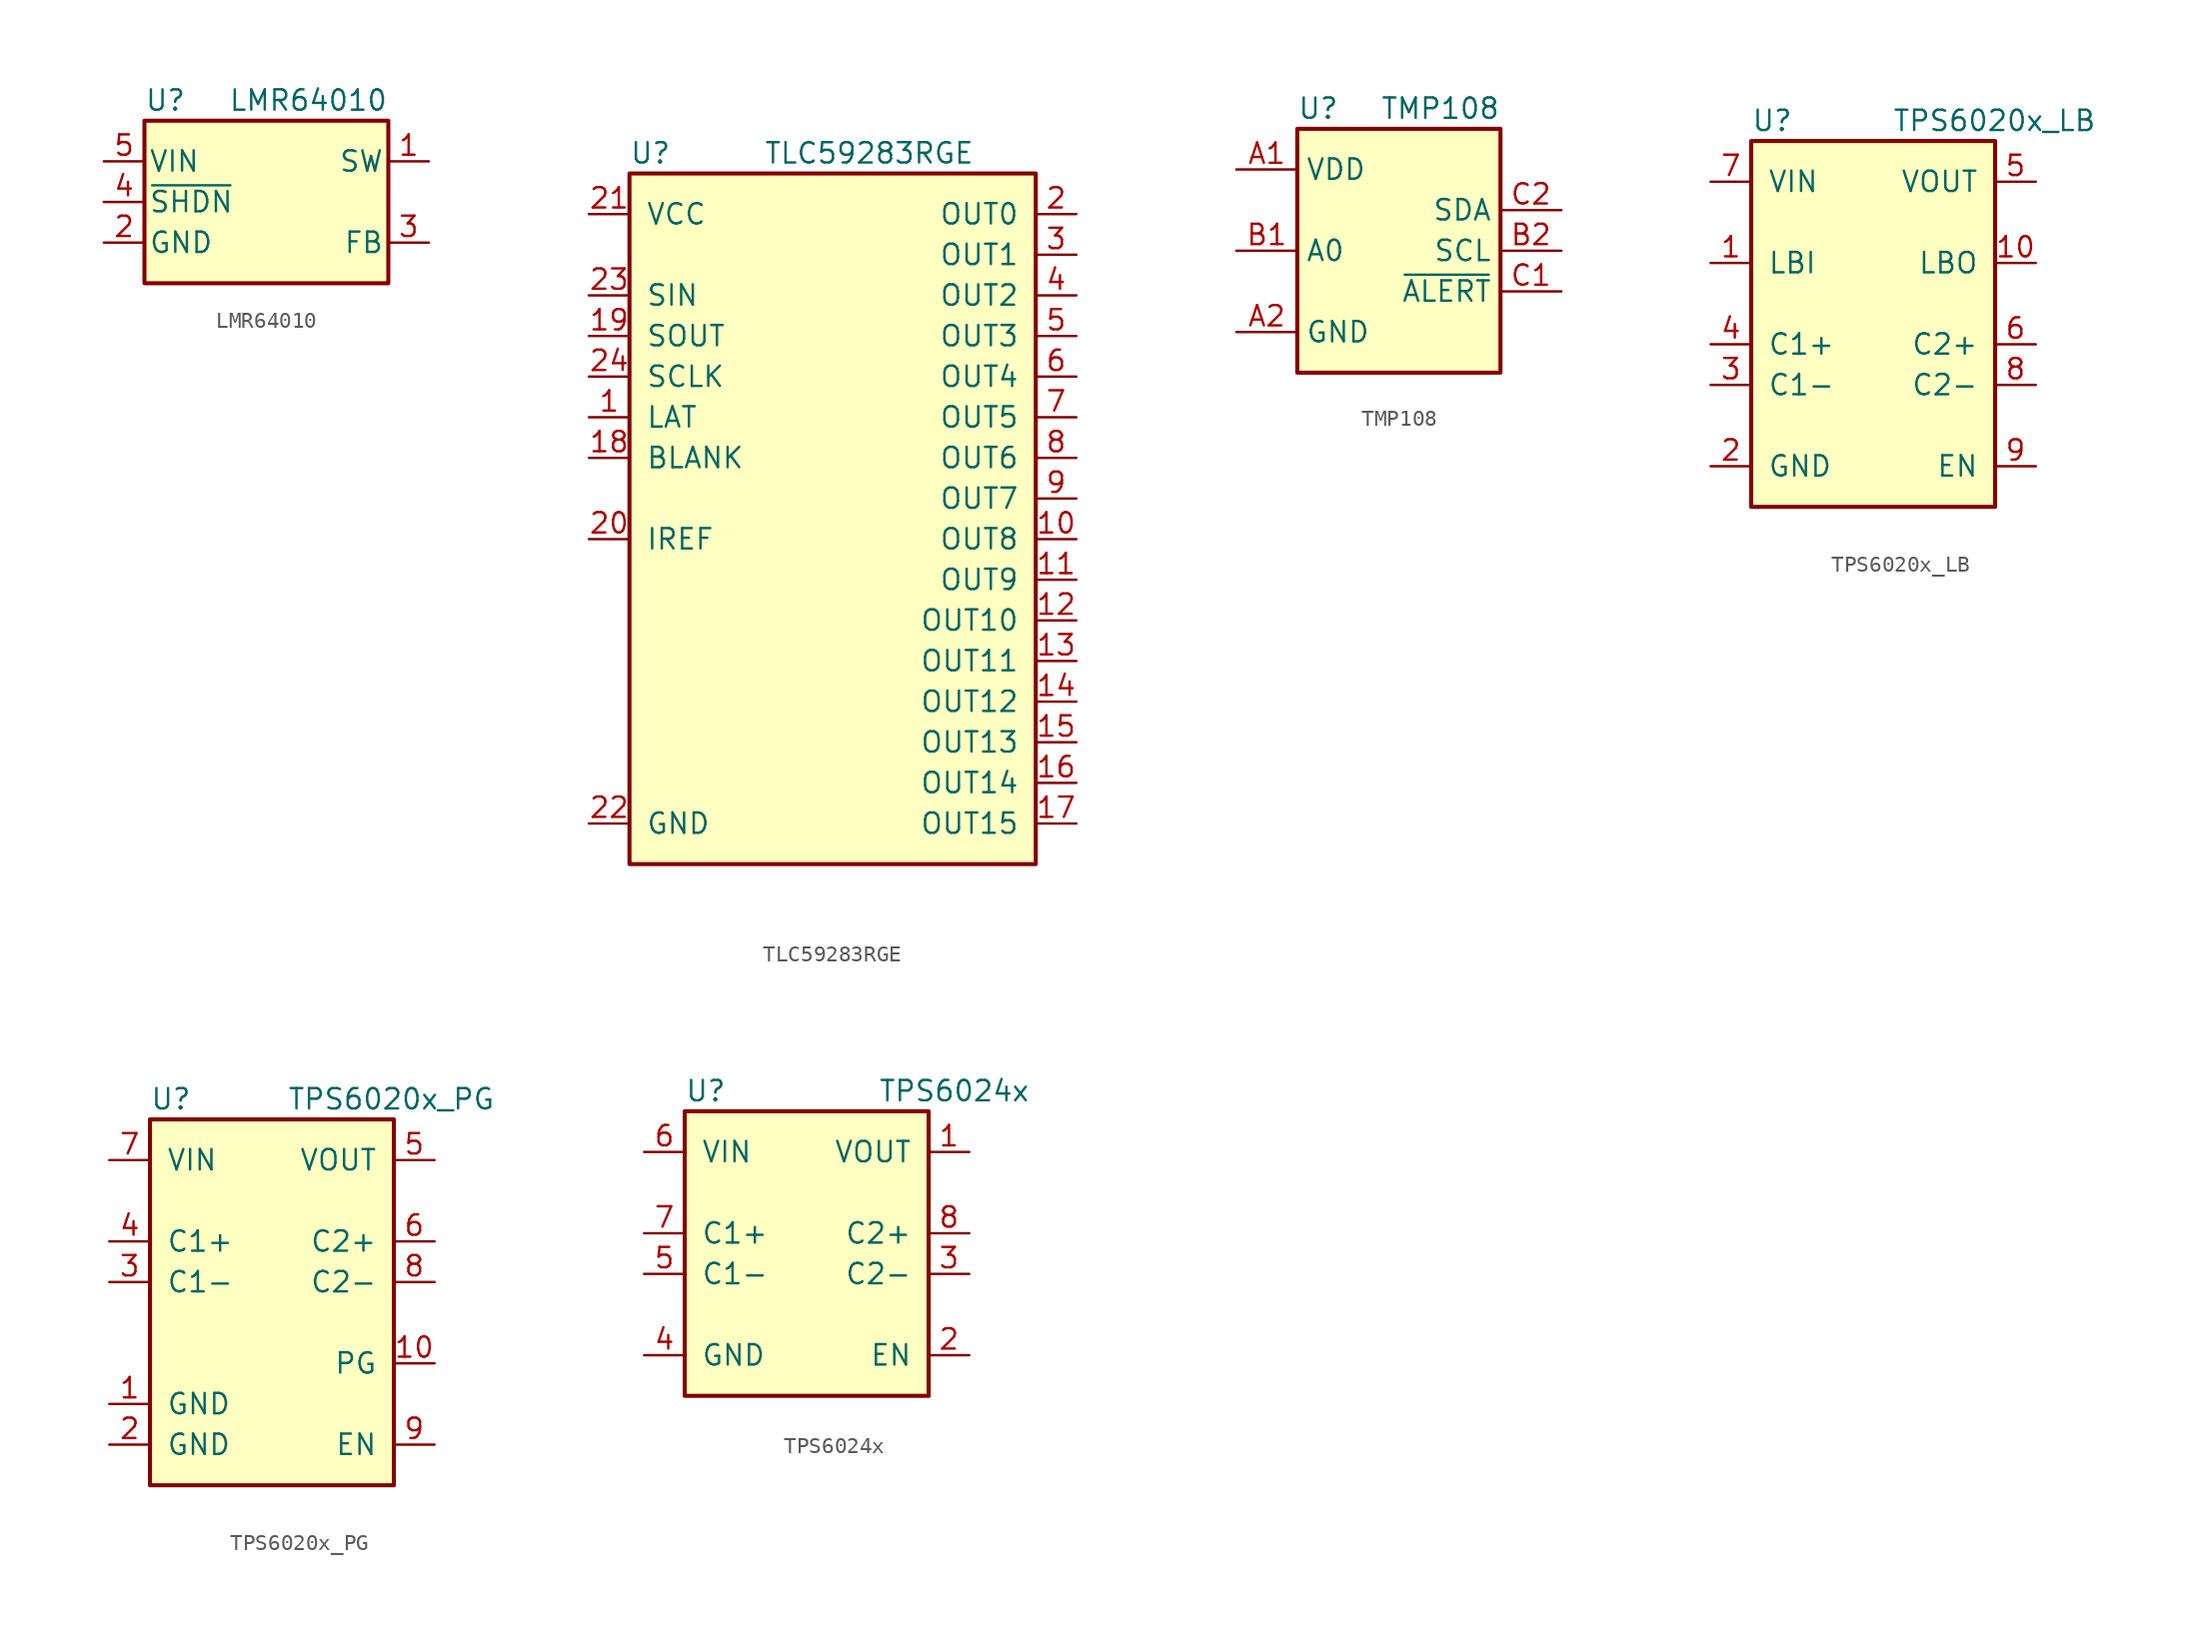
<source format=kicad_sym>
(kicad_symbol_lib
  (version 20231120)
  (generator "kicad_symbol_editor")
  (generator_version "8.0")
  (symbol "LMR64010"
    (pin_names
      (offset 0.254))
    (property "Reference" "U"
      (at -7.62 6.35 0)
      (effects (font (size 1.27 1.27)) (justify left)))
    (property "Value" "LMR64010"
      (at 7.62 6.35 0)
      (effects (font (size 1.27 1.27)) (justify right)))
    (symbol "LMR64010_0_1"
      (rectangle (start -7.62 5.08) (end 7.62 -5.08) (stroke (width 0.254) (type default)) (fill (type background))))
    (symbol "LMR64010_1_1"
      (pin power_out line (at 10.16 2.54 180) (length 2.54) (name "SW" (effects (font (size 1.27 1.27)))) (number "1" (effects (font (size 1.27 1.27)))))
      (pin power_in line (at -10.16 -2.54 0) (length 2.54) (name "GND" (effects (font (size 1.27 1.27)))) (number "2" (effects (font (size 1.27 1.27)))))
      (pin passive line (at 10.16 -2.54 180) (length 2.54) (name "FB" (effects (font (size 1.27 1.27)))) (number "3" (effects (font (size 1.27 1.27)))))
      (pin input line (at -10.16 0 0) (length 2.54) (name "~{SHDN}" (effects (font (size 1.27 1.27)))) (number "4" (effects (font (size 1.27 1.27)))))
      (pin power_in line (at -10.16 2.54 0) (length 2.54) (name "VIN" (effects (font (size 1.27 1.27)))) (number "5" (effects (font (size 1.27 1.27)))))))
  (symbol "TLC59283RGE"
    (pin_names
      (offset 1.016))
    (property "Reference" "U"
      (at -12.7 21.59 0)
      (effects (font (size 1.27 1.27)) (justify left)))
    (property "Value" "TLC59283RGE"
      (at 8.89 21.59 0)
      (effects (font (size 1.27 1.27)) (justify right)))
    (symbol "TLC59283RGE_0_1"
      (rectangle (start -12.7 20.32) (end 12.7 -22.86) (stroke (width 0.254) (type default)) (fill (type background))))
    (symbol "TLC59283RGE_1_1"
      (pin input line (at -15.24 5.08 0) (length 2.54) (name "LAT" (effects (font (size 1.27 1.27)))) (number "1" (effects (font (size 1.27 1.27)))))
      (pin output line (at 15.24 -2.54 180) (length 2.54) (name "OUT8" (effects (font (size 1.27 1.27)))) (number "10" (effects (font (size 1.27 1.27)))))
      (pin output line (at 15.24 -5.08 180) (length 2.54) (name "OUT9" (effects (font (size 1.27 1.27)))) (number "11" (effects (font (size 1.27 1.27)))))
      (pin output line (at 15.24 -7.62 180) (length 2.54) (name "OUT10" (effects (font (size 1.27 1.27)))) (number "12" (effects (font (size 1.27 1.27)))))
      (pin output line (at 15.24 -10.16 180) (length 2.54) (name "OUT11" (effects (font (size 1.27 1.27)))) (number "13" (effects (font (size 1.27 1.27)))))
      (pin output line (at 15.24 -12.7 180) (length 2.54) (name "OUT12" (effects (font (size 1.27 1.27)))) (number "14" (effects (font (size 1.27 1.27)))))
      (pin output line (at 15.24 -15.24 180) (length 2.54) (name "OUT13" (effects (font (size 1.27 1.27)))) (number "15" (effects (font (size 1.27 1.27)))))
      (pin output line (at 15.24 -17.78 180) (length 2.54) (name "OUT14" (effects (font (size 1.27 1.27)))) (number "16" (effects (font (size 1.27 1.27)))))
      (pin output line (at 15.24 -20.32 180) (length 2.54) (name "OUT15" (effects (font (size 1.27 1.27)))) (number "17" (effects (font (size 1.27 1.27)))))
      (pin input line (at -15.24 2.54 0) (length 2.54) (name "BLANK" (effects (font (size 1.27 1.27)))) (number "18" (effects (font (size 1.27 1.27)))))
      (pin output line (at -15.24 10.16 0) (length 2.54) (name "SOUT" (effects (font (size 1.27 1.27)))) (number "19" (effects (font (size 1.27 1.27)))))
      (pin output line (at 15.24 17.78 180) (length 2.54) (name "OUT0" (effects (font (size 1.27 1.27)))) (number "2" (effects (font (size 1.27 1.27)))))
      (pin input line (at -15.24 -2.54 0) (length 2.54) (name "IREF" (effects (font (size 1.27 1.27)))) (number "20" (effects (font (size 1.27 1.27)))))
      (pin power_in line (at -15.24 17.78 0) (length 2.54) (name "VCC" (effects (font (size 1.27 1.27)))) (number "21" (effects (font (size 1.27 1.27)))))
      (pin power_in line (at -15.24 -20.32 0) (length 2.54) (name "GND" (effects (font (size 1.27 1.27)))) (number "22" (effects (font (size 1.27 1.27)))))
      (pin input line (at -15.24 12.7 0) (length 2.54) (name "SIN" (effects (font (size 1.27 1.27)))) (number "23" (effects (font (size 1.27 1.27)))))
      (pin input line (at -15.24 7.62 0) (length 2.54) (name "SCLK" (effects (font (size 1.27 1.27)))) (number "24" (effects (font (size 1.27 1.27)))))
      (pin output line (at 15.24 15.24 180) (length 2.54) (name "OUT1" (effects (font (size 1.27 1.27)))) (number "3" (effects (font (size 1.27 1.27)))))
      (pin output line (at 15.24 12.7 180) (length 2.54) (name "OUT2" (effects (font (size 1.27 1.27)))) (number "4" (effects (font (size 1.27 1.27)))))
      (pin output line (at 15.24 10.16 180) (length 2.54) (name "OUT3" (effects (font (size 1.27 1.27)))) (number "5" (effects (font (size 1.27 1.27)))))
      (pin output line (at 15.24 7.62 180) (length 2.54) (name "OUT4" (effects (font (size 1.27 1.27)))) (number "6" (effects (font (size 1.27 1.27)))))
      (pin output line (at 15.24 5.08 180) (length 2.54) (name "OUT5" (effects (font (size 1.27 1.27)))) (number "7" (effects (font (size 1.27 1.27)))))
      (pin output line (at 15.24 2.54 180) (length 2.54) (name "OUT6" (effects (font (size 1.27 1.27)))) (number "8" (effects (font (size 1.27 1.27)))))
      (pin output line (at 15.24 0 180) (length 2.54) (name "OUT7" (effects (font (size 1.27 1.27)))) (number "9" (effects (font (size 1.27 1.27)))))))
  (symbol "TMP108"
    (property "Reference" "U"
      (at -6.35 8.89 0)
      (effects (font (size 1.27 1.27)) (justify left)))
    (property "Value" "TMP108"
      (at 6.35 8.89 0)
      (effects (font (size 1.27 1.27)) (justify right)))
    (symbol "TMP108_0_1"
      (rectangle (start -6.35 7.62) (end 6.35 -7.62) (stroke (width 0.254) (type default)) (fill (type background))))
    (symbol "TMP108_1_1"
      (pin power_in line (at -10.16 5.08 0) (length 3.81) (name "VDD" (effects (font (size 1.27 1.27)))) (number "A1" (effects (font (size 1.27 1.27)))))
      (pin power_in line (at -10.16 -5.08 0) (length 3.81) (name "GND" (effects (font (size 1.27 1.27)))) (number "A2" (effects (font (size 1.27 1.27)))))
      (pin input line (at -10.16 0 0) (length 3.81) (name "A0" (effects (font (size 1.27 1.27)))) (number "B1" (effects (font (size 1.27 1.27)))))
      (pin input line (at 10.16 0 180) (length 3.81) (name "SCL" (effects (font (size 1.27 1.27)))) (number "B2" (effects (font (size 1.27 1.27)))))
      (pin open_collector line (at 10.16 -2.54 180) (length 3.81) (name "~{ALERT}" (effects (font (size 1.27 1.27)))) (number "C1" (effects (font (size 1.27 1.27)))))
      (pin bidirectional line (at 10.16 2.54 180) (length 3.81) (name "SDA" (effects (font (size 1.27 1.27)))) (number "C2" (effects (font (size 1.27 1.27)))))))
  (symbol "TPS6020x_LB"
    (pin_names
      (offset 1.016))
    (property "Reference" "U"
      (at -7.62 13.97 0)
      (effects (font (size 1.27 1.27)) (justify left)))
    (property "Value" "TPS6020x_LB"
      (at 13.97 13.97 0)
      (effects (font (size 1.27 1.27)) (justify right)))
    (symbol "TPS6020x_LB_0_1"
      (rectangle (start -7.62 12.7) (end 7.62 -10.16) (stroke (width 0.254) (type default)) (fill (type background))))
    (symbol "TPS6020x_LB_1_1"
      (pin input line (at -10.16 5.08 0) (length 2.54) (name "LBI" (effects (font (size 1.27 1.27)))) (number "1" (effects (font (size 1.27 1.27)))))
      (pin open_collector line (at 10.16 5.08 180) (length 2.54) (name "LBO" (effects (font (size 1.27 1.27)))) (number "10" (effects (font (size 1.27 1.27)))))
      (pin power_in line (at -10.16 -7.62 0) (length 2.54) (name "GND" (effects (font (size 1.27 1.27)))) (number "2" (effects (font (size 1.27 1.27)))))
      (pin passive line (at -10.16 -2.54 0) (length 2.54) (name "C1-" (effects (font (size 1.27 1.27)))) (number "3" (effects (font (size 1.27 1.27)))))
      (pin passive line (at -10.16 0 0) (length 2.54) (name "C1+" (effects (font (size 1.27 1.27)))) (number "4" (effects (font (size 1.27 1.27)))))
      (pin power_out line (at 10.16 10.16 180) (length 2.54) (name "VOUT" (effects (font (size 1.27 1.27)))) (number "5" (effects (font (size 1.27 1.27)))))
      (pin passive line (at 10.16 0 180) (length 2.54) (name "C2+" (effects (font (size 1.27 1.27)))) (number "6" (effects (font (size 1.27 1.27)))))
      (pin power_in line (at -10.16 10.16 0) (length 2.54) (name "VIN" (effects (font (size 1.27 1.27)))) (number "7" (effects (font (size 1.27 1.27)))))
      (pin passive line (at 10.16 -2.54 180) (length 2.54) (name "C2-" (effects (font (size 1.27 1.27)))) (number "8" (effects (font (size 1.27 1.27)))))
      (pin input line (at 10.16 -7.62 180) (length 2.54) (name "EN" (effects (font (size 1.27 1.27)))) (number "9" (effects (font (size 1.27 1.27)))))))
  (symbol "TPS6020x_PG"
    (pin_names
      (offset 1.016))
    (property "Reference" "U"
      (at -7.62 13.97 0)
      (effects (font (size 1.27 1.27)) (justify left)))
    (property "Value" "TPS6020x_PG"
      (at 13.97 13.97 0)
      (effects (font (size 1.27 1.27)) (justify right)))
    (symbol "TPS6020x_PG_0_1"
      (rectangle (start -7.62 12.7) (end 7.62 -10.16) (stroke (width 0.254) (type default)) (fill (type background))))
    (symbol "TPS6020x_PG_1_1"
      (pin power_in line (at -10.16 -5.08 0) (length 2.54) (name "GND" (effects (font (size 1.27 1.27)))) (number "1" (effects (font (size 1.27 1.27)))))
      (pin open_collector line (at 10.16 -2.54 180) (length 2.54) (name "PG" (effects (font (size 1.27 1.27)))) (number "10" (effects (font (size 1.27 1.27)))))
      (pin power_in line (at -10.16 -7.62 0) (length 2.54) (name "GND" (effects (font (size 1.27 1.27)))) (number "2" (effects (font (size 1.27 1.27)))))
      (pin passive line (at -10.16 2.54 0) (length 2.54) (name "C1-" (effects (font (size 1.27 1.27)))) (number "3" (effects (font (size 1.27 1.27)))))
      (pin passive line (at -10.16 5.08 0) (length 2.54) (name "C1+" (effects (font (size 1.27 1.27)))) (number "4" (effects (font (size 1.27 1.27)))))
      (pin power_out line (at 10.16 10.16 180) (length 2.54) (name "VOUT" (effects (font (size 1.27 1.27)))) (number "5" (effects (font (size 1.27 1.27)))))
      (pin passive line (at 10.16 5.08 180) (length 2.54) (name "C2+" (effects (font (size 1.27 1.27)))) (number "6" (effects (font (size 1.27 1.27)))))
      (pin power_in line (at -10.16 10.16 0) (length 2.54) (name "VIN" (effects (font (size 1.27 1.27)))) (number "7" (effects (font (size 1.27 1.27)))))
      (pin passive line (at 10.16 2.54 180) (length 2.54) (name "C2-" (effects (font (size 1.27 1.27)))) (number "8" (effects (font (size 1.27 1.27)))))
      (pin input line (at 10.16 -7.62 180) (length 2.54) (name "EN" (effects (font (size 1.27 1.27)))) (number "9" (effects (font (size 1.27 1.27)))))))
  (symbol "TPS6024x"
    (pin_names
      (offset 1.016))
    (property "Reference" "U"
      (at -7.62 8.89 0)
      (effects (font (size 1.27 1.27)) (justify left)))
    (property "Value" "TPS6024x"
      (at 13.97 8.89 0)
      (effects (font (size 1.27 1.27)) (justify right)))
    (symbol "TPS6024x_0_1"
      (rectangle (start -7.62 7.62) (end 7.62 -10.16) (stroke (width 0.254) (type default)) (fill (type background))))
    (symbol "TPS6024x_1_1"
      (pin power_out line (at 10.16 5.08 180) (length 2.54) (name "VOUT" (effects (font (size 1.27 1.27)))) (number "1" (effects (font (size 1.27 1.27)))))
      (pin input line (at 10.16 -7.62 180) (length 2.54) (name "EN" (effects (font (size 1.27 1.27)))) (number "2" (effects (font (size 1.27 1.27)))))
      (pin passive line (at 10.16 -2.54 180) (length 2.54) (name "C2-" (effects (font (size 1.27 1.27)))) (number "3" (effects (font (size 1.27 1.27)))))
      (pin power_in line (at -10.16 -7.62 0) (length 2.54) (name "GND" (effects (font (size 1.27 1.27)))) (number "4" (effects (font (size 1.27 1.27)))))
      (pin passive line (at -10.16 -2.54 0) (length 2.54) (name "C1-" (effects (font (size 1.27 1.27)))) (number "5" (effects (font (size 1.27 1.27)))))
      (pin power_in line (at -10.16 5.08 0) (length 2.54) (name "VIN" (effects (font (size 1.27 1.27)))) (number "6" (effects (font (size 1.27 1.27)))))
      (pin passive line (at -10.16 0 0) (length 2.54) (name "C1+" (effects (font (size 1.27 1.27)))) (number "7" (effects (font (size 1.27 1.27)))))
      (pin passive line (at 10.16 0 180) (length 2.54) (name "C2+" (effects (font (size 1.27 1.27)))) (number "8" (effects (font (size 1.27 1.27))))))))
</source>
